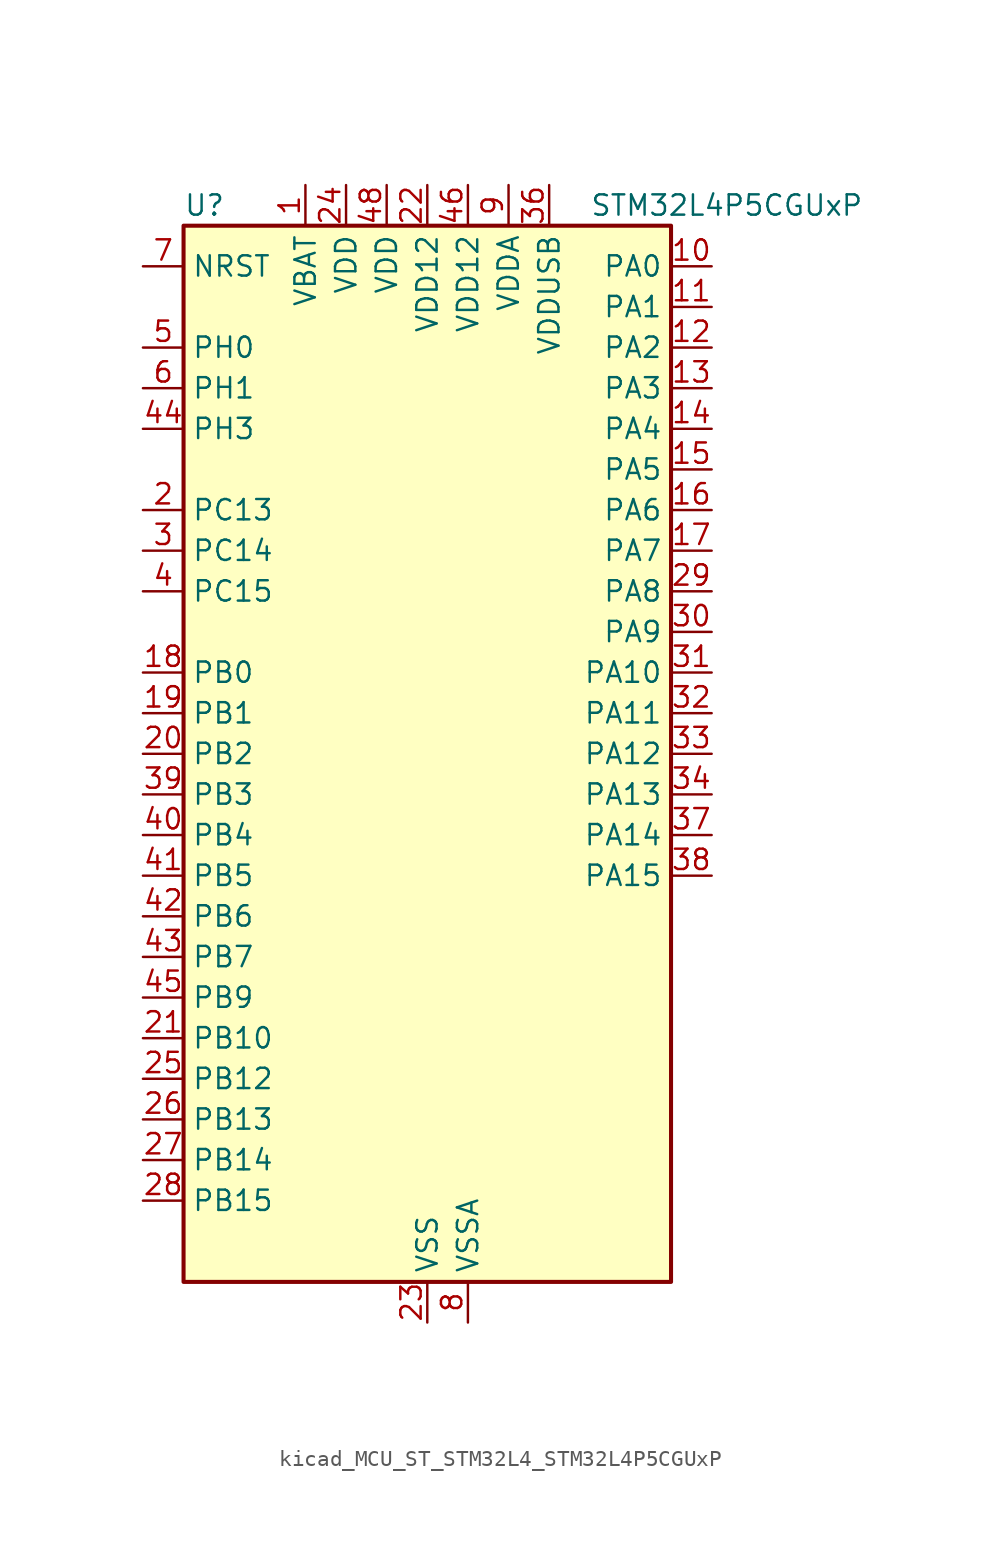
<source format=kicad_sym>
(kicad_symbol_lib
  (version 20220914)
  (generator kicad_symbol_editor)
  (symbol "kicad_MCU_ST_STM32L4_STM32L4P5CGUxP"
    (property "Reference" "U"
      (at -15.24 34.29 0)
      (effects (font (size 1.27 1.27)) (justify left)))
    (property "Value" "STM32L4P5CGUxP"
      (at 10.16 34.29 0)
      (effects (font (size 1.27 1.27)) (justify left)))
    (property "ki_locked" ""
      (at 0 0 0)
      (effects (font (size 1.27 1.27))))
    (symbol "kicad_MCU_ST_STM32L4_STM32L4P5CGUxP_0_1"
      (rectangle (start -15.24 -33.02) (end 15.24 33.02) (stroke (width 0.254) (type default)) (fill (type background))))
    (symbol "kicad_MCU_ST_STM32L4_STM32L4P5CGUxP_1_1"
      (pin power_in line (at -7.62 35.56 270) (length 2.54) (name "VBAT" (effects (font (size 1.27 1.27)))) (number "1" (effects (font (size 1.27 1.27)))))
      (pin bidirectional line (at 17.78 30.48 180) (length 2.54) (name "PA0" (effects (font (size 1.27 1.27)))) (number "10" (effects (font (size 1.27 1.27)))) (alternate "ADC1_IN5" bidirectional line) (alternate "ADC2_IN5" bidirectional line) (alternate "OPAMP1_VINP" bidirectional line) (alternate "RTC_TAMP2" bidirectional line) (alternate "SAI1_EXTCLK" bidirectional line) (alternate "SYS_WKUP1" bidirectional line) (alternate "TIM2_CH1" bidirectional line) (alternate "TIM2_ETR" bidirectional line) (alternate "TIM5_CH1" bidirectional line) (alternate "TIM8_ETR" bidirectional line) (alternate "UART4_TX" bidirectional line) (alternate "USART2_CTS" bidirectional line) (alternate "USART2_NSS" bidirectional line))
      (pin bidirectional line (at 17.78 27.94 180) (length 2.54) (name "PA1" (effects (font (size 1.27 1.27)))) (number "11" (effects (font (size 1.27 1.27)))) (alternate "ADC1_IN6" bidirectional line) (alternate "ADC2_IN6" bidirectional line) (alternate "I2C1_SMBA" bidirectional line) (alternate "OCTOSPIM_P1_DQS" bidirectional line) (alternate "OPAMP1_VINM" bidirectional line) (alternate "SDMMC2_CMD" bidirectional line) (alternate "SPI1_SCK" bidirectional line) (alternate "TIM15_CH1N" bidirectional line) (alternate "TIM2_CH2" bidirectional line) (alternate "TIM5_CH2" bidirectional line) (alternate "UART4_RX" bidirectional line) (alternate "USART2_DE" bidirectional line) (alternate "USART2_RTS" bidirectional line))
      (pin bidirectional line (at 17.78 25.4 180) (length 2.54) (name "PA2" (effects (font (size 1.27 1.27)))) (number "12" (effects (font (size 1.27 1.27)))) (alternate "ADC1_IN7" bidirectional line) (alternate "ADC2_IN7" bidirectional line) (alternate "LPUART1_TX" bidirectional line) (alternate "OCTOSPIM_P1_NCS" bidirectional line) (alternate "RCC_LSCO" bidirectional line) (alternate "SAI2_EXTCLK" bidirectional line) (alternate "SYS_WKUP4" bidirectional line) (alternate "TIM15_CH1" bidirectional line) (alternate "TIM2_CH3" bidirectional line) (alternate "TIM5_CH3" bidirectional line) (alternate "USART2_TX" bidirectional line))
      (pin bidirectional line (at 17.78 22.86 180) (length 2.54) (name "PA3" (effects (font (size 1.27 1.27)))) (number "13" (effects (font (size 1.27 1.27)))) (alternate "ADC1_IN8" bidirectional line) (alternate "ADC2_IN8" bidirectional line) (alternate "LPUART1_RX" bidirectional line) (alternate "OCTOSPIM_P1_CLK" bidirectional line) (alternate "OPAMP1_VOUT" bidirectional line) (alternate "SAI1_CK1" bidirectional line) (alternate "SAI1_MCLK_A" bidirectional line) (alternate "TIM15_CH2" bidirectional line) (alternate "TIM2_CH4" bidirectional line) (alternate "TIM5_CH4" bidirectional line) (alternate "USART2_RX" bidirectional line))
      (pin bidirectional line (at 17.78 20.32 180) (length 2.54) (name "PA4" (effects (font (size 1.27 1.27)))) (number "14" (effects (font (size 1.27 1.27)))) (alternate "ADC1_IN9" bidirectional line) (alternate "ADC2_IN9" bidirectional line) (alternate "DAC1_OUT1" bidirectional line) (alternate "LPTIM2_OUT" bidirectional line) (alternate "LTDC_CLK" bidirectional line) (alternate "OCTOSPIM_P1_NCS" bidirectional line) (alternate "SAI1_FS_B" bidirectional line) (alternate "SPI1_NSS" bidirectional line) (alternate "SPI3_NSS" bidirectional line) (alternate "USART2_CK" bidirectional line))
      (pin bidirectional line (at 17.78 17.78 180) (length 2.54) (name "PA5" (effects (font (size 1.27 1.27)))) (number "15" (effects (font (size 1.27 1.27)))) (alternate "ADC1_IN10" bidirectional line) (alternate "ADC2_IN10" bidirectional line) (alternate "DAC1_OUT2" bidirectional line) (alternate "LPTIM2_ETR" bidirectional line) (alternate "LTDC_R7" bidirectional line) (alternate "SPI1_SCK" bidirectional line) (alternate "TIM2_CH1" bidirectional line) (alternate "TIM2_ETR" bidirectional line) (alternate "TIM8_CH1N" bidirectional line))
      (pin bidirectional line (at 17.78 15.24 180) (length 2.54) (name "PA6" (effects (font (size 1.27 1.27)))) (number "16" (effects (font (size 1.27 1.27)))) (alternate "ADC1_IN11" bidirectional line) (alternate "ADC2_IN11" bidirectional line) (alternate "LPUART1_CTS" bidirectional line) (alternate "OCTOSPIM_P1_IO3" bidirectional line) (alternate "OPAMP2_VINP" bidirectional line) (alternate "SPI1_MISO" bidirectional line) (alternate "TIM16_CH1" bidirectional line) (alternate "TIM1_BKIN" bidirectional line) (alternate "TIM3_CH1" bidirectional line) (alternate "TIM8_BKIN" bidirectional line) (alternate "USART3_CTS" bidirectional line) (alternate "USART3_NSS" bidirectional line))
      (pin bidirectional line (at 17.78 12.7 180) (length 2.54) (name "PA7" (effects (font (size 1.27 1.27)))) (number "17" (effects (font (size 1.27 1.27)))) (alternate "ADC1_IN12" bidirectional line) (alternate "ADC2_IN12" bidirectional line) (alternate "I2C3_SCL" bidirectional line) (alternate "OCTOSPIM_P1_IO2" bidirectional line) (alternate "OPAMP2_VINM" bidirectional line) (alternate "SPI1_MOSI" bidirectional line) (alternate "TIM17_CH1" bidirectional line) (alternate "TIM1_CH1N" bidirectional line) (alternate "TIM3_CH2" bidirectional line) (alternate "TIM8_CH1N" bidirectional line))
      (pin bidirectional line (at -17.78 5.08 0) (length 2.54) (name "PB0" (effects (font (size 1.27 1.27)))) (number "18" (effects (font (size 1.27 1.27)))) (alternate "ADC1_IN15" bidirectional line) (alternate "ADC2_IN15" bidirectional line) (alternate "COMP1_OUT" bidirectional line) (alternate "LTDC_B6" bidirectional line) (alternate "OCTOSPIM_P1_IO1" bidirectional line) (alternate "OPAMP2_VOUT" bidirectional line) (alternate "SAI1_EXTCLK" bidirectional line) (alternate "SPI1_NSS" bidirectional line) (alternate "TIM1_CH2N" bidirectional line) (alternate "TIM3_CH3" bidirectional line) (alternate "TIM8_CH2N" bidirectional line) (alternate "USART3_CK" bidirectional line))
      (pin bidirectional line (at -17.78 2.54 0) (length 2.54) (name "PB1" (effects (font (size 1.27 1.27)))) (number "19" (effects (font (size 1.27 1.27)))) (alternate "ADC1_IN16" bidirectional line) (alternate "ADC2_IN16" bidirectional line) (alternate "COMP1_INM" bidirectional line) (alternate "DFSDM1_DATIN0" bidirectional line) (alternate "LPTIM2_IN1" bidirectional line) (alternate "LPUART1_DE" bidirectional line) (alternate "LPUART1_RTS" bidirectional line) (alternate "LTDC_G6" bidirectional line) (alternate "OCTOSPIM_P1_IO0" bidirectional line) (alternate "TIM1_CH3N" bidirectional line) (alternate "TIM3_CH4" bidirectional line) (alternate "TIM8_CH3N" bidirectional line) (alternate "USART3_DE" bidirectional line) (alternate "USART3_RTS" bidirectional line))
      (pin bidirectional line (at -17.78 15.24 0) (length 2.54) (name "PC13" (effects (font (size 1.27 1.27)))) (number "2" (effects (font (size 1.27 1.27)))) (alternate "RTC_OUT1" bidirectional line) (alternate "RTC_TAMP1" bidirectional line) (alternate "RTC_TS" bidirectional line) (alternate "SYS_WKUP2" bidirectional line))
      (pin bidirectional line (at -17.78 0 0) (length 2.54) (name "PB2" (effects (font (size 1.27 1.27)))) (number "20" (effects (font (size 1.27 1.27)))) (alternate "COMP1_INP" bidirectional line) (alternate "DFSDM1_CKIN0" bidirectional line) (alternate "I2C3_SMBA" bidirectional line) (alternate "LPTIM1_OUT" bidirectional line) (alternate "OCTOSPIM_P1_DQS" bidirectional line) (alternate "RTC_OUT2" bidirectional line))
      (pin bidirectional line (at -17.78 -17.78 0) (length 2.54) (name "PB10" (effects (font (size 1.27 1.27)))) (number "21" (effects (font (size 1.27 1.27)))) (alternate "COMP1_OUT" bidirectional line) (alternate "I2C2_SCL" bidirectional line) (alternate "I2C4_SCL" bidirectional line) (alternate "LPUART1_RX" bidirectional line) (alternate "OCTOSPIM_P1_CLK" bidirectional line) (alternate "OCTOSPIM_P1_IO3" bidirectional line) (alternate "SAI1_SCK_A" bidirectional line) (alternate "SPI2_SCK" bidirectional line) (alternate "TIM2_CH3" bidirectional line) (alternate "TSC_SYNC" bidirectional line) (alternate "USART3_TX" bidirectional line))
      (pin power_in line (at 0 35.56 270) (length 2.54) (name "VDD12" (effects (font (size 1.27 1.27)))) (number "22" (effects (font (size 1.27 1.27)))))
      (pin power_in line (at 0 -35.56 90) (length 2.54) (name "VSS" (effects (font (size 1.27 1.27)))) (number "23" (effects (font (size 1.27 1.27)))))
      (pin power_in line (at -5.08 35.56 270) (length 2.54) (name "VDD" (effects (font (size 1.27 1.27)))) (number "24" (effects (font (size 1.27 1.27)))))
      (pin bidirectional line (at -17.78 -20.32 0) (length 2.54) (name "PB12" (effects (font (size 1.27 1.27)))) (number "25" (effects (font (size 1.27 1.27)))) (alternate "DFSDM1_DATIN1" bidirectional line) (alternate "I2C2_SMBA" bidirectional line) (alternate "LPUART1_DE" bidirectional line) (alternate "LPUART1_RTS" bidirectional line) (alternate "OCTOSPIM_P1_NCLK" bidirectional line) (alternate "SAI2_FS_A" bidirectional line) (alternate "SDMMC2_CK" bidirectional line) (alternate "SPI2_NSS" bidirectional line) (alternate "TIM15_BKIN" bidirectional line) (alternate "TIM1_BKIN" bidirectional line) (alternate "TSC_G1_IO1" bidirectional line) (alternate "USART3_CK" bidirectional line))
      (pin bidirectional line (at -17.78 -22.86 0) (length 2.54) (name "PB13" (effects (font (size 1.27 1.27)))) (number "26" (effects (font (size 1.27 1.27)))) (alternate "DFSDM1_CKIN1" bidirectional line) (alternate "I2C2_SCL" bidirectional line) (alternate "LPUART1_CTS" bidirectional line) (alternate "OCTOSPIM_P1_IO1" bidirectional line) (alternate "SAI2_SCK_A" bidirectional line) (alternate "SPI2_SCK" bidirectional line) (alternate "TIM15_CH1N" bidirectional line) (alternate "TIM1_CH1N" bidirectional line) (alternate "TSC_G1_IO2" bidirectional line) (alternate "USART3_CTS" bidirectional line) (alternate "USART3_NSS" bidirectional line))
      (pin bidirectional line (at -17.78 -25.4 0) (length 2.54) (name "PB14" (effects (font (size 1.27 1.27)))) (number "27" (effects (font (size 1.27 1.27)))) (alternate "DFSDM1_DATIN2" bidirectional line) (alternate "I2C2_SDA" bidirectional line) (alternate "OCTOSPIM_P1_IO6" bidirectional line) (alternate "SAI2_MCLK_A" bidirectional line) (alternate "SDMMC2_D0" bidirectional line) (alternate "SPI2_MISO" bidirectional line) (alternate "TIM15_CH1" bidirectional line) (alternate "TIM1_CH2N" bidirectional line) (alternate "TIM8_CH2N" bidirectional line) (alternate "TSC_G1_IO3" bidirectional line) (alternate "USART3_DE" bidirectional line) (alternate "USART3_RTS" bidirectional line))
      (pin bidirectional line (at -17.78 -27.94 0) (length 2.54) (name "PB15" (effects (font (size 1.27 1.27)))) (number "28" (effects (font (size 1.27 1.27)))) (alternate "ADC1_EXTI15" bidirectional line) (alternate "ADC2_EXTI15" bidirectional line) (alternate "DFSDM1_CKIN2" bidirectional line) (alternate "OCTOSPIM_P1_IO7" bidirectional line) (alternate "RTC_REFIN" bidirectional line) (alternate "SAI2_SD_A" bidirectional line) (alternate "SDMMC2_D1" bidirectional line) (alternate "SPI2_MOSI" bidirectional line) (alternate "TIM15_CH2" bidirectional line) (alternate "TIM1_CH3N" bidirectional line) (alternate "TIM8_CH3N" bidirectional line) (alternate "TSC_G1_IO4" bidirectional line))
      (pin bidirectional line (at 17.78 10.16 180) (length 2.54) (name "PA8" (effects (font (size 1.27 1.27)))) (number "29" (effects (font (size 1.27 1.27)))) (alternate "LPTIM2_OUT" bidirectional line) (alternate "LTDC_B7" bidirectional line) (alternate "RCC_MCO" bidirectional line) (alternate "SAI1_CK2" bidirectional line) (alternate "SAI1_SCK_A" bidirectional line) (alternate "TIM1_CH1" bidirectional line) (alternate "USART1_CK" bidirectional line) (alternate "USB_OTG_FS_SOF" bidirectional line))
      (pin bidirectional line (at -17.78 12.7 0) (length 2.54) (name "PC14" (effects (font (size 1.27 1.27)))) (number "3" (effects (font (size 1.27 1.27)))) (alternate "RCC_OSC32_IN" bidirectional line))
      (pin bidirectional line (at 17.78 7.62 180) (length 2.54) (name "PA9" (effects (font (size 1.27 1.27)))) (number "30" (effects (font (size 1.27 1.27)))) (alternate "DAC1_EXTI9" bidirectional line) (alternate "LTDC_G7" bidirectional line) (alternate "SAI1_FS_A" bidirectional line) (alternate "SPI2_SCK" bidirectional line) (alternate "TIM15_BKIN" bidirectional line) (alternate "TIM1_CH2" bidirectional line) (alternate "USART1_TX" bidirectional line) (alternate "USB_OTG_FS_VBUS" bidirectional line))
      (pin bidirectional line (at 17.78 5.08 180) (length 2.54) (name "PA10" (effects (font (size 1.27 1.27)))) (number "31" (effects (font (size 1.27 1.27)))) (alternate "LTDC_G6" bidirectional line) (alternate "SAI1_D1" bidirectional line) (alternate "SAI1_SD_A" bidirectional line) (alternate "TIM17_BKIN" bidirectional line) (alternate "TIM1_CH3" bidirectional line) (alternate "USART1_RX" bidirectional line) (alternate "USB_OTG_FS_ID" bidirectional line))
      (pin bidirectional line (at 17.78 2.54 180) (length 2.54) (name "PA11" (effects (font (size 1.27 1.27)))) (number "32" (effects (font (size 1.27 1.27)))) (alternate "ADC1_EXTI11" bidirectional line) (alternate "ADC2_EXTI11" bidirectional line) (alternate "CAN1_RX" bidirectional line) (alternate "LTDC_DE" bidirectional line) (alternate "SPI1_MISO" bidirectional line) (alternate "TIM1_BKIN2" bidirectional line) (alternate "TIM1_CH4" bidirectional line) (alternate "USART1_CTS" bidirectional line) (alternate "USART1_NSS" bidirectional line) (alternate "USB_OTG_FS_DM" bidirectional line))
      (pin bidirectional line (at 17.78 0 180) (length 2.54) (name "PA12" (effects (font (size 1.27 1.27)))) (number "33" (effects (font (size 1.27 1.27)))) (alternate "CAN1_TX" bidirectional line) (alternate "LTDC_VSYNC" bidirectional line) (alternate "OCTOSPIM_P2_NCS" bidirectional line) (alternate "SPI1_MOSI" bidirectional line) (alternate "TIM1_ETR" bidirectional line) (alternate "USART1_DE" bidirectional line) (alternate "USART1_RTS" bidirectional line) (alternate "USB_OTG_FS_DP" bidirectional line))
      (pin bidirectional line (at 17.78 -2.54 180) (length 2.54) (name "PA13" (effects (font (size 1.27 1.27)))) (number "34" (effects (font (size 1.27 1.27)))) (alternate "IR_OUT" bidirectional line) (alternate "SAI1_SD_B" bidirectional line) (alternate "SYS_JTMS-SWDIO" bidirectional line) (alternate "USB_OTG_FS_NOE" bidirectional line))
      (pin passive line (at 0 -35.56 90) (length 2.54) hide (name "VSS" (effects (font (size 1.27 1.27)))) (number "35" (effects (font (size 1.27 1.27)))))
      (pin power_in line (at 7.62 35.56 270) (length 2.54) (name "VDDUSB" (effects (font (size 1.27 1.27)))) (number "36" (effects (font (size 1.27 1.27)))))
      (pin bidirectional line (at 17.78 -5.08 180) (length 2.54) (name "PA14" (effects (font (size 1.27 1.27)))) (number "37" (effects (font (size 1.27 1.27)))) (alternate "I2C1_SMBA" bidirectional line) (alternate "I2C4_SMBA" bidirectional line) (alternate "LPTIM1_OUT" bidirectional line) (alternate "SAI1_FS_B" bidirectional line) (alternate "SYS_JTCK-SWCLK" bidirectional line) (alternate "USB_OTG_FS_SOF" bidirectional line))
      (pin bidirectional line (at 17.78 -7.62 180) (length 2.54) (name "PA15" (effects (font (size 1.27 1.27)))) (number "38" (effects (font (size 1.27 1.27)))) (alternate "ADC1_EXTI15" bidirectional line) (alternate "ADC2_EXTI15" bidirectional line) (alternate "LTDC_HSYNC" bidirectional line) (alternate "SAI2_FS_B" bidirectional line) (alternate "SPI1_NSS" bidirectional line) (alternate "SPI3_NSS" bidirectional line) (alternate "SYS_JTDI" bidirectional line) (alternate "TIM2_CH1" bidirectional line) (alternate "TIM2_ETR" bidirectional line) (alternate "TSC_G3_IO1" bidirectional line) (alternate "UART4_DE" bidirectional line) (alternate "UART4_RTS" bidirectional line) (alternate "USART2_RX" bidirectional line) (alternate "USART3_DE" bidirectional line) (alternate "USART3_RTS" bidirectional line))
      (pin bidirectional line (at -17.78 -2.54 0) (length 2.54) (name "PB3" (effects (font (size 1.27 1.27)))) (number "39" (effects (font (size 1.27 1.27)))) (alternate "COMP2_INM" bidirectional line) (alternate "CRS_SYNC" bidirectional line) (alternate "OCTOSPIM_P1_IO4" bidirectional line) (alternate "SAI1_SCK_B" bidirectional line) (alternate "SDMMC2_D2" bidirectional line) (alternate "SPI1_SCK" bidirectional line) (alternate "SPI3_SCK" bidirectional line) (alternate "SYS_JTDO-SWO" bidirectional line) (alternate "TIM2_CH2" bidirectional line) (alternate "USART1_DE" bidirectional line) (alternate "USART1_RTS" bidirectional line))
      (pin bidirectional line (at -17.78 10.16 0) (length 2.54) (name "PC15" (effects (font (size 1.27 1.27)))) (number "4" (effects (font (size 1.27 1.27)))) (alternate "ADC1_EXTI15" bidirectional line) (alternate "ADC2_EXTI15" bidirectional line) (alternate "RCC_OSC32_OUT" bidirectional line))
      (pin bidirectional line (at -17.78 -5.08 0) (length 2.54) (name "PB4" (effects (font (size 1.27 1.27)))) (number "40" (effects (font (size 1.27 1.27)))) (alternate "COMP2_INP" bidirectional line) (alternate "I2C3_SDA" bidirectional line) (alternate "OCTOSPIM_P1_IO5" bidirectional line) (alternate "SAI1_MCLK_B" bidirectional line) (alternate "SDMMC2_D3" bidirectional line) (alternate "SPI1_MISO" bidirectional line) (alternate "SPI3_MISO" bidirectional line) (alternate "SYS_JTRST" bidirectional line) (alternate "TIM17_BKIN" bidirectional line) (alternate "TIM3_CH1" bidirectional line) (alternate "TSC_G2_IO1" bidirectional line) (alternate "USART1_CTS" bidirectional line) (alternate "USART1_NSS" bidirectional line))
      (pin bidirectional line (at -17.78 -7.62 0) (length 2.54) (name "PB5" (effects (font (size 1.27 1.27)))) (number "41" (effects (font (size 1.27 1.27)))) (alternate "COMP2_OUT" bidirectional line) (alternate "I2C1_SMBA" bidirectional line) (alternate "LPTIM1_IN1" bidirectional line) (alternate "OCTOSPIM_P1_IO0" bidirectional line) (alternate "SAI1_SD_B" bidirectional line) (alternate "SPI1_MOSI" bidirectional line) (alternate "SPI3_MOSI" bidirectional line) (alternate "TIM16_BKIN" bidirectional line) (alternate "TIM3_CH2" bidirectional line) (alternate "TSC_G2_IO2" bidirectional line) (alternate "USART1_CK" bidirectional line))
      (pin bidirectional line (at -17.78 -10.16 0) (length 2.54) (name "PB6" (effects (font (size 1.27 1.27)))) (number "42" (effects (font (size 1.27 1.27)))) (alternate "COMP2_INP" bidirectional line) (alternate "I2C1_SCL" bidirectional line) (alternate "I2C4_SCL" bidirectional line) (alternate "LPTIM1_ETR" bidirectional line) (alternate "LTDC_R6" bidirectional line) (alternate "SAI1_FS_B" bidirectional line) (alternate "TIM16_CH1N" bidirectional line) (alternate "TIM4_CH1" bidirectional line) (alternate "TIM8_BKIN2" bidirectional line) (alternate "TSC_G2_IO3" bidirectional line) (alternate "USART1_TX" bidirectional line))
      (pin bidirectional line (at -17.78 -12.7 0) (length 2.54) (name "PB7" (effects (font (size 1.27 1.27)))) (number "43" (effects (font (size 1.27 1.27)))) (alternate "COMP2_INM" bidirectional line) (alternate "I2C1_SDA" bidirectional line) (alternate "I2C4_SDA" bidirectional line) (alternate "LPTIM1_IN2" bidirectional line) (alternate "LTDC_VSYNC" bidirectional line) (alternate "SYS_PVD_IN" bidirectional line) (alternate "TIM17_CH1N" bidirectional line) (alternate "TIM4_CH2" bidirectional line) (alternate "TIM8_BKIN" bidirectional line) (alternate "TSC_G2_IO4" bidirectional line) (alternate "UART4_CTS" bidirectional line) (alternate "USART1_RX" bidirectional line))
      (pin bidirectional line (at -17.78 20.32 0) (length 2.54) (name "PH3" (effects (font (size 1.27 1.27)))) (number "44" (effects (font (size 1.27 1.27)))))
      (pin bidirectional line (at -17.78 -15.24 0) (length 2.54) (name "PB9" (effects (font (size 1.27 1.27)))) (number "45" (effects (font (size 1.27 1.27)))) (alternate "CAN1_TX" bidirectional line) (alternate "DAC1_EXTI9" bidirectional line) (alternate "I2C1_SDA" bidirectional line) (alternate "IR_OUT" bidirectional line) (alternate "SAI1_D2" bidirectional line) (alternate "SAI1_FS_A" bidirectional line) (alternate "SDMMC2_D5" bidirectional line) (alternate "SPI2_NSS" bidirectional line) (alternate "TIM17_CH1" bidirectional line) (alternate "TIM4_CH4" bidirectional line))
      (pin power_in line (at 2.54 35.56 270) (length 2.54) (name "VDD12" (effects (font (size 1.27 1.27)))) (number "46" (effects (font (size 1.27 1.27)))))
      (pin passive line (at 0 -35.56 90) (length 2.54) hide (name "VSS" (effects (font (size 1.27 1.27)))) (number "47" (effects (font (size 1.27 1.27)))))
      (pin power_in line (at -2.54 35.56 270) (length 2.54) (name "VDD" (effects (font (size 1.27 1.27)))) (number "48" (effects (font (size 1.27 1.27)))))
      (pin passive line (at 0 -35.56 90) (length 2.54) hide (name "VSS" (effects (font (size 1.27 1.27)))) (number "49" (effects (font (size 1.27 1.27)))))
      (pin bidirectional line (at -17.78 25.4 0) (length 2.54) (name "PH0" (effects (font (size 1.27 1.27)))) (number "5" (effects (font (size 1.27 1.27)))) (alternate "RCC_OSC_IN" bidirectional line))
      (pin bidirectional line (at -17.78 22.86 0) (length 2.54) (name "PH1" (effects (font (size 1.27 1.27)))) (number "6" (effects (font (size 1.27 1.27)))) (alternate "RCC_OSC_OUT" bidirectional line))
      (pin input line (at -17.78 30.48 0) (length 2.54) (name "NRST" (effects (font (size 1.27 1.27)))) (number "7" (effects (font (size 1.27 1.27)))))
      (pin power_in line (at 2.54 -35.56 90) (length 2.54) (name "VSSA" (effects (font (size 1.27 1.27)))) (number "8" (effects (font (size 1.27 1.27)))))
      (pin power_in line (at 5.08 35.56 270) (length 2.54) (name "VDDA" (effects (font (size 1.27 1.27)))) (number "9" (effects (font (size 1.27 1.27))))))))
</source>
